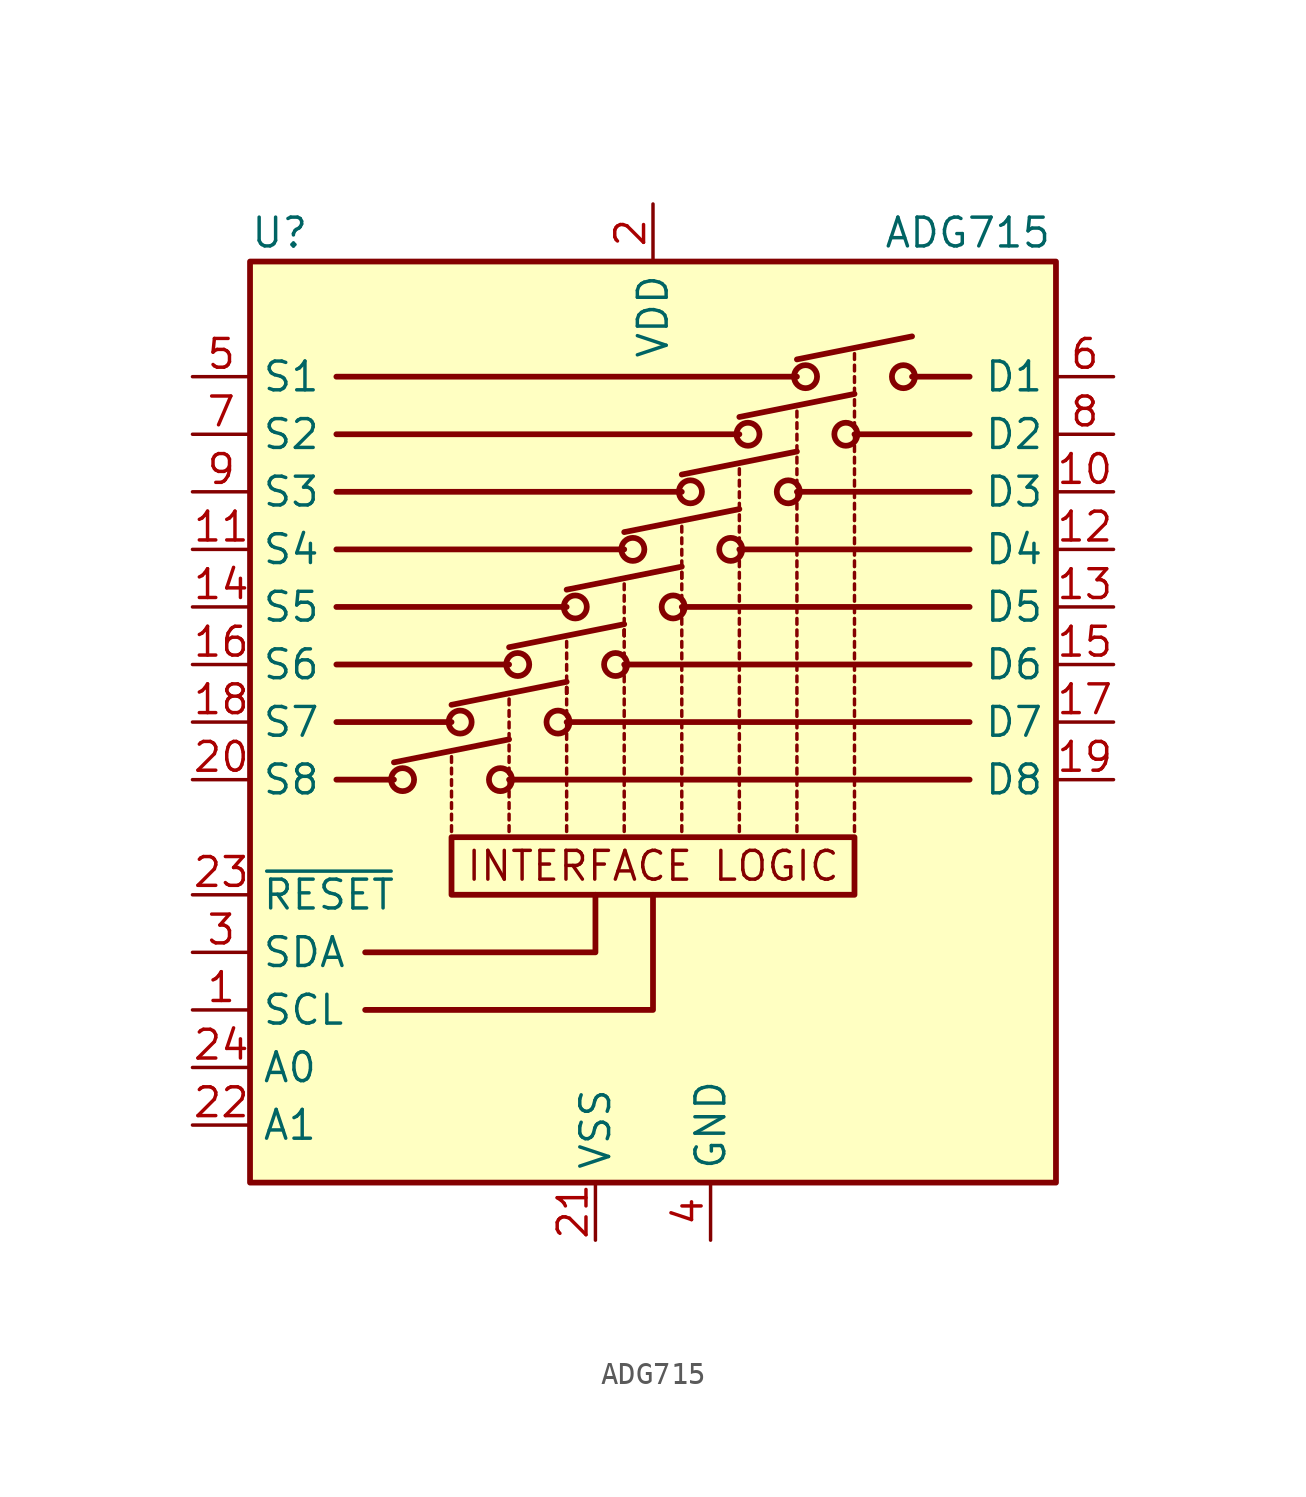
<source format=kicad_sym>
(kicad_symbol_lib
  (version 20201005)
  (generator kicad_symbol_editor)
  (symbol "Analog_Switch:ADG715"
    (property "Reference" "U"
      (at -17.78 24.13 0)
      (effects (font (size 1.27 1.27)) (justify left)))
    (property "Value" "ADG715"
      (at 10.16 24.13 0)
      (effects (font (size 1.27 1.27)) (justify left)))
    (symbol "ADG715_0_0"
      (text "INTERFACE LOGIC" (at 0 -3.81 0) (effects (font (size 1.27 1.27))))
      (polyline (pts (xy -12.7 -7.62) (xy -2.54 -7.62) (xy -2.54 -5.08)) (stroke (width 0.254)) (fill (type none)))
      (polyline (pts (xy -12.7 -10.16) (xy 0 -10.16) (xy 0 -7.62) (xy 0 -5.08)) (stroke (width 0.254)) (fill (type none))))
    (symbol "ADG715_0_1"
      (rectangle (start -8.89 -2.54) (end 8.89 -5.08) (stroke (width 0.254)) (fill (type none)))
      (rectangle (start -17.78 -17.78) (end 17.78 22.86) (stroke (width 0.254)) (fill (type background)))
      (polyline (pts (xy -11.43 0) (xy -13.97 0)) (stroke (width 0.254)) (fill (type none)))
      (polyline (pts (xy -8.89 2.54) (xy -13.97 2.54)) (stroke (width 0.254)) (fill (type none)))
      (polyline (pts (xy -6.35 0) (xy 13.97 0)) (stroke (width 0.254)) (fill (type none)))
      (polyline (pts (xy -6.35 5.08) (xy -13.97 5.08)) (stroke (width 0.254)) (fill (type none)))
      (polyline (pts (xy -3.81 2.54) (xy 13.97 2.54)) (stroke (width 0.254)) (fill (type none)))
      (polyline (pts (xy -3.81 7.62) (xy -13.97 7.62)) (stroke (width 0.254)) (fill (type none)))
      (polyline (pts (xy -1.27 5.08) (xy 13.97 5.08)) (stroke (width 0.254)) (fill (type none)))
      (polyline (pts (xy -1.27 10.16) (xy -13.97 10.16)) (stroke (width 0.254)) (fill (type none)))
      (polyline (pts (xy 1.27 7.62) (xy 13.97 7.62)) (stroke (width 0.254)) (fill (type none)))
      (polyline (pts (xy 1.27 12.7) (xy -13.97 12.7)) (stroke (width 0.254)) (fill (type none)))
      (polyline (pts (xy 3.81 10.16) (xy 13.97 10.16)) (stroke (width 0.254)) (fill (type none)))
      (polyline (pts (xy 3.81 15.24) (xy -13.97 15.24)) (stroke (width 0.254)) (fill (type none)))
      (polyline (pts (xy 6.35 12.7) (xy 13.97 12.7)) (stroke (width 0.254)) (fill (type none)))
      (polyline (pts (xy 6.35 17.78) (xy -13.97 17.78)) (stroke (width 0.254)) (fill (type none)))
      (polyline (pts (xy 8.89 15.24) (xy 13.97 15.24)) (stroke (width 0.254)) (fill (type none)))
      (polyline (pts (xy 11.43 17.78) (xy 13.97 17.78)) (stroke (width 0.254)) (fill (type none))))
    (symbol "ADG715_1_1"
      (circle (center -11.049 0) (radius 0.508) (stroke (width 0.254)) (fill (type none)))
      (circle (center -8.509 2.54) (radius 0.508) (stroke (width 0.254)) (fill (type none)))
      (circle (center -6.731 0) (radius 0.508) (stroke (width 0.254)) (fill (type none)))
      (circle (center -5.969 5.08) (radius 0.508) (stroke (width 0.254)) (fill (type none)))
      (circle (center -4.191 2.54) (radius 0.508) (stroke (width 0.254)) (fill (type none)))
      (circle (center -3.429 7.62) (radius 0.508) (stroke (width 0.254)) (fill (type none)))
      (circle (center -1.651 5.08) (radius 0.508) (stroke (width 0.254)) (fill (type none)))
      (circle (center -0.889 10.16) (radius 0.508) (stroke (width 0.254)) (fill (type none)))
      (circle (center 0.889 7.62) (radius 0.508) (stroke (width 0.254)) (fill (type none)))
      (circle (center 1.651 12.7) (radius 0.508) (stroke (width 0.254)) (fill (type none)))
      (circle (center 3.429 10.16) (radius 0.508) (stroke (width 0.254)) (fill (type none)))
      (circle (center 4.191 15.24) (radius 0.508) (stroke (width 0.254)) (fill (type none)))
      (circle (center 5.969 12.7) (radius 0.508) (stroke (width 0.254)) (fill (type none)))
      (circle (center 6.731 17.78) (radius 0.508) (stroke (width 0.254)) (fill (type none)))
      (circle (center 8.509 15.24) (radius 0.508) (stroke (width 0.254)) (fill (type none)))
      (circle (center 11.049 17.78) (radius 0.508) (stroke (width 0.254)) (fill (type none)))
      (polyline (pts (xy -11.43 0.762) (xy -6.35 1.778)) (stroke (width 0.254)) (fill (type none)))
      (polyline (pts (xy -8.89 -2.286) (xy -8.89 -2.032)) (stroke (width 0)) (fill (type none)))
      (polyline (pts (xy -8.89 -1.778) (xy -8.89 -1.524)) (stroke (width 0)) (fill (type none)))
      (polyline (pts (xy -8.89 -1.27) (xy -8.89 -1.016)) (stroke (width 0)) (fill (type none)))
      (polyline (pts (xy -8.89 -0.762) (xy -8.89 -0.508)) (stroke (width 0)) (fill (type none)))
      (polyline (pts (xy -8.89 -0.254) (xy -8.89 0)) (stroke (width 0)) (fill (type none)))
      (polyline (pts (xy -8.89 0.254) (xy -8.89 0.508)) (stroke (width 0)) (fill (type none)))
      (polyline (pts (xy -8.89 0.762) (xy -8.89 1.016)) (stroke (width 0)) (fill (type none)))
      (polyline (pts (xy -8.89 3.302) (xy -3.81 4.318)) (stroke (width 0.254)) (fill (type none)))
      (polyline (pts (xy -6.35 -2.286) (xy -6.35 -2.032)) (stroke (width 0)) (fill (type none)))
      (polyline (pts (xy -6.35 -1.778) (xy -6.35 -1.524)) (stroke (width 0)) (fill (type none)))
      (polyline (pts (xy -6.35 -1.27) (xy -6.35 -1.016)) (stroke (width 0)) (fill (type none)))
      (polyline (pts (xy -6.35 -0.762) (xy -6.35 -0.508)) (stroke (width 0)) (fill (type none)))
      (polyline (pts (xy -6.35 -0.254) (xy -6.35 0)) (stroke (width 0)) (fill (type none)))
      (polyline (pts (xy -6.35 0.254) (xy -6.35 0.508)) (stroke (width 0)) (fill (type none)))
      (polyline (pts (xy -6.35 0.762) (xy -6.35 1.016)) (stroke (width 0)) (fill (type none)))
      (polyline (pts (xy -6.35 1.27) (xy -6.35 1.524)) (stroke (width 0)) (fill (type none)))
      (polyline (pts (xy -6.35 1.778) (xy -6.35 2.032)) (stroke (width 0)) (fill (type none)))
      (polyline (pts (xy -6.35 2.286) (xy -6.35 2.54)) (stroke (width 0)) (fill (type none)))
      (polyline (pts (xy -6.35 2.794) (xy -6.35 3.048)) (stroke (width 0)) (fill (type none)))
      (polyline (pts (xy -6.35 3.302) (xy -6.35 3.556)) (stroke (width 0)) (fill (type none)))
      (polyline (pts (xy -6.35 5.842) (xy -1.27 6.858)) (stroke (width 0.254)) (fill (type none)))
      (polyline (pts (xy -3.81 -2.286) (xy -3.81 -2.032)) (stroke (width 0)) (fill (type none)))
      (polyline (pts (xy -3.81 -1.778) (xy -3.81 -1.524)) (stroke (width 0)) (fill (type none)))
      (polyline (pts (xy -3.81 -1.27) (xy -3.81 -1.016)) (stroke (width 0)) (fill (type none)))
      (polyline (pts (xy -3.81 -0.762) (xy -3.81 -0.508)) (stroke (width 0)) (fill (type none)))
      (polyline (pts (xy -3.81 -0.254) (xy -3.81 0)) (stroke (width 0)) (fill (type none)))
      (polyline (pts (xy -3.81 0.254) (xy -3.81 0.508)) (stroke (width 0)) (fill (type none)))
      (polyline (pts (xy -3.81 0.762) (xy -3.81 1.016)) (stroke (width 0)) (fill (type none)))
      (polyline (pts (xy -3.81 1.27) (xy -3.81 1.524)) (stroke (width 0)) (fill (type none)))
      (polyline (pts (xy -3.81 1.778) (xy -3.81 2.032)) (stroke (width 0)) (fill (type none)))
      (polyline (pts (xy -3.81 2.286) (xy -3.81 2.54)) (stroke (width 0)) (fill (type none)))
      (polyline (pts (xy -3.81 2.794) (xy -3.81 3.048)) (stroke (width 0)) (fill (type none)))
      (polyline (pts (xy -3.81 3.302) (xy -3.81 3.556)) (stroke (width 0)) (fill (type none)))
      (polyline (pts (xy -3.81 3.81) (xy -3.81 4.064)) (stroke (width 0)) (fill (type none)))
      (polyline (pts (xy -3.81 3.81) (xy -3.81 4.064)) (stroke (width 0)) (fill (type none)))
      (polyline (pts (xy -3.81 3.81) (xy -3.81 4.064)) (stroke (width 0)) (fill (type none)))
      (polyline (pts (xy -3.81 3.81) (xy -3.81 4.064)) (stroke (width 0)) (fill (type none)))
      (polyline (pts (xy -3.81 4.318) (xy -3.81 4.572)) (stroke (width 0)) (fill (type none)))
      (polyline (pts (xy -3.81 4.826) (xy -3.81 5.08)) (stroke (width 0)) (fill (type none)))
      (polyline (pts (xy -3.81 5.334) (xy -3.81 5.588)) (stroke (width 0)) (fill (type none)))
      (polyline (pts (xy -3.81 5.842) (xy -3.81 6.096)) (stroke (width 0)) (fill (type none)))
      (polyline (pts (xy -3.81 8.382) (xy 1.27 9.398)) (stroke (width 0.254)) (fill (type none)))
      (polyline (pts (xy -1.27 -2.286) (xy -1.27 -2.032)) (stroke (width 0)) (fill (type none)))
      (polyline (pts (xy -1.27 -1.778) (xy -1.27 -1.524)) (stroke (width 0)) (fill (type none)))
      (polyline (pts (xy -1.27 -1.27) (xy -1.27 -1.016)) (stroke (width 0)) (fill (type none)))
      (polyline (pts (xy -1.27 -0.762) (xy -1.27 -0.508)) (stroke (width 0)) (fill (type none)))
      (polyline (pts (xy -1.27 -0.254) (xy -1.27 0)) (stroke (width 0)) (fill (type none)))
      (polyline (pts (xy -1.27 0.254) (xy -1.27 0.508)) (stroke (width 0)) (fill (type none)))
      (polyline (pts (xy -1.27 0.762) (xy -1.27 1.016)) (stroke (width 0)) (fill (type none)))
      (polyline (pts (xy -1.27 1.27) (xy -1.27 1.524)) (stroke (width 0)) (fill (type none)))
      (polyline (pts (xy -1.27 1.778) (xy -1.27 2.032)) (stroke (width 0)) (fill (type none)))
      (polyline (pts (xy -1.27 2.286) (xy -1.27 2.54)) (stroke (width 0)) (fill (type none)))
      (polyline (pts (xy -1.27 2.794) (xy -1.27 3.048)) (stroke (width 0)) (fill (type none)))
      (polyline (pts (xy -1.27 3.302) (xy -1.27 3.556)) (stroke (width 0)) (fill (type none)))
      (polyline (pts (xy -1.27 3.81) (xy -1.27 4.064)) (stroke (width 0)) (fill (type none)))
      (polyline (pts (xy -1.27 4.318) (xy -1.27 4.572)) (stroke (width 0)) (fill (type none)))
      (polyline (pts (xy -1.27 4.826) (xy -1.27 5.08)) (stroke (width 0)) (fill (type none)))
      (polyline (pts (xy -1.27 5.334) (xy -1.27 5.588)) (stroke (width 0)) (fill (type none)))
      (polyline (pts (xy -1.27 5.842) (xy -1.27 6.096)) (stroke (width 0)) (fill (type none)))
      (polyline (pts (xy -1.27 6.35) (xy -1.27 6.604)) (stroke (width 0)) (fill (type none)))
      (polyline (pts (xy -1.27 6.35) (xy -1.27 6.604)) (stroke (width 0)) (fill (type none)))
      (polyline (pts (xy -1.27 6.35) (xy -1.27 6.604)) (stroke (width 0)) (fill (type none)))
      (polyline (pts (xy -1.27 6.858) (xy -1.27 7.112)) (stroke (width 0)) (fill (type none)))
      (polyline (pts (xy -1.27 7.366) (xy -1.27 7.62)) (stroke (width 0)) (fill (type none)))
      (polyline (pts (xy -1.27 7.874) (xy -1.27 8.128)) (stroke (width 0)) (fill (type none)))
      (polyline (pts (xy -1.27 8.382) (xy -1.27 8.636)) (stroke (width 0)) (fill (type none)))
      (polyline (pts (xy -1.27 10.922) (xy 3.81 11.938)) (stroke (width 0.254)) (fill (type none)))
      (polyline (pts (xy 1.27 -2.286) (xy 1.27 -2.032)) (stroke (width 0)) (fill (type none)))
      (polyline (pts (xy 1.27 -1.778) (xy 1.27 -1.524)) (stroke (width 0)) (fill (type none)))
      (polyline (pts (xy 1.27 -1.27) (xy 1.27 -1.016)) (stroke (width 0)) (fill (type none)))
      (polyline (pts (xy 1.27 -0.762) (xy 1.27 -0.508)) (stroke (width 0)) (fill (type none)))
      (polyline (pts (xy 1.27 -0.254) (xy 1.27 0)) (stroke (width 0)) (fill (type none)))
      (polyline (pts (xy 1.27 0.254) (xy 1.27 0.508)) (stroke (width 0)) (fill (type none)))
      (polyline (pts (xy 1.27 0.762) (xy 1.27 1.016)) (stroke (width 0)) (fill (type none)))
      (polyline (pts (xy 1.27 1.27) (xy 1.27 1.524)) (stroke (width 0)) (fill (type none)))
      (polyline (pts (xy 1.27 1.778) (xy 1.27 2.032)) (stroke (width 0)) (fill (type none)))
      (polyline (pts (xy 1.27 2.286) (xy 1.27 2.54)) (stroke (width 0)) (fill (type none)))
      (polyline (pts (xy 1.27 2.794) (xy 1.27 3.048)) (stroke (width 0)) (fill (type none)))
      (polyline (pts (xy 1.27 3.302) (xy 1.27 3.556)) (stroke (width 0)) (fill (type none)))
      (polyline (pts (xy 1.27 3.81) (xy 1.27 4.064)) (stroke (width 0)) (fill (type none)))
      (polyline (pts (xy 1.27 4.318) (xy 1.27 4.572)) (stroke (width 0)) (fill (type none)))
      (polyline (pts (xy 1.27 4.826) (xy 1.27 5.08)) (stroke (width 0)) (fill (type none)))
      (polyline (pts (xy 1.27 5.334) (xy 1.27 5.588)) (stroke (width 0)) (fill (type none)))
      (polyline (pts (xy 1.27 5.842) (xy 1.27 6.096)) (stroke (width 0)) (fill (type none)))
      (polyline (pts (xy 1.27 6.35) (xy 1.27 6.604)) (stroke (width 0)) (fill (type none)))
      (polyline (pts (xy 1.27 6.858) (xy 1.27 7.112)) (stroke (width 0)) (fill (type none)))
      (polyline (pts (xy 1.27 7.366) (xy 1.27 7.62)) (stroke (width 0)) (fill (type none)))
      (polyline (pts (xy 1.27 7.874) (xy 1.27 8.128)) (stroke (width 0)) (fill (type none)))
      (polyline (pts (xy 1.27 8.382) (xy 1.27 8.636)) (stroke (width 0)) (fill (type none)))
      (polyline (pts (xy 1.27 8.89) (xy 1.27 9.144)) (stroke (width 0)) (fill (type none)))
      (polyline (pts (xy 1.27 8.89) (xy 1.27 9.144)) (stroke (width 0)) (fill (type none)))
      (polyline (pts (xy 1.27 9.398) (xy 1.27 9.652)) (stroke (width 0)) (fill (type none)))
      (polyline (pts (xy 1.27 9.906) (xy 1.27 10.16)) (stroke (width 0)) (fill (type none)))
      (polyline (pts (xy 1.27 10.414) (xy 1.27 10.668)) (stroke (width 0)) (fill (type none)))
      (polyline (pts (xy 1.27 10.922) (xy 1.27 11.176)) (stroke (width 0)) (fill (type none)))
      (polyline (pts (xy 1.27 13.462) (xy 6.35 14.478)) (stroke (width 0.254)) (fill (type none)))
      (polyline (pts (xy 3.81 -2.286) (xy 3.81 -2.032)) (stroke (width 0)) (fill (type none)))
      (polyline (pts (xy 3.81 -1.778) (xy 3.81 -1.524)) (stroke (width 0)) (fill (type none)))
      (polyline (pts (xy 3.81 -1.27) (xy 3.81 -1.016)) (stroke (width 0)) (fill (type none)))
      (polyline (pts (xy 3.81 -0.762) (xy 3.81 -0.508)) (stroke (width 0)) (fill (type none)))
      (polyline (pts (xy 3.81 -0.254) (xy 3.81 0)) (stroke (width 0)) (fill (type none)))
      (polyline (pts (xy 3.81 0.254) (xy 3.81 0.508)) (stroke (width 0)) (fill (type none)))
      (polyline (pts (xy 3.81 0.762) (xy 3.81 1.016)) (stroke (width 0)) (fill (type none)))
      (polyline (pts (xy 3.81 1.27) (xy 3.81 1.524)) (stroke (width 0)) (fill (type none)))
      (polyline (pts (xy 3.81 1.778) (xy 3.81 2.032)) (stroke (width 0)) (fill (type none)))
      (polyline (pts (xy 3.81 2.286) (xy 3.81 2.54)) (stroke (width 0)) (fill (type none)))
      (polyline (pts (xy 3.81 2.794) (xy 3.81 3.048)) (stroke (width 0)) (fill (type none)))
      (polyline (pts (xy 3.81 3.302) (xy 3.81 3.556)) (stroke (width 0)) (fill (type none)))
      (polyline (pts (xy 3.81 3.81) (xy 3.81 4.064)) (stroke (width 0)) (fill (type none)))
      (polyline (pts (xy 3.81 4.318) (xy 3.81 4.572)) (stroke (width 0)) (fill (type none)))
      (polyline (pts (xy 3.81 4.826) (xy 3.81 5.08)) (stroke (width 0)) (fill (type none)))
      (polyline (pts (xy 3.81 5.334) (xy 3.81 5.588)) (stroke (width 0)) (fill (type none)))
      (polyline (pts (xy 3.81 5.842) (xy 3.81 6.096)) (stroke (width 0)) (fill (type none)))
      (polyline (pts (xy 3.81 6.35) (xy 3.81 6.604)) (stroke (width 0)) (fill (type none)))
      (polyline (pts (xy 3.81 6.858) (xy 3.81 7.112)) (stroke (width 0)) (fill (type none)))
      (polyline (pts (xy 3.81 7.366) (xy 3.81 7.62)) (stroke (width 0)) (fill (type none)))
      (polyline (pts (xy 3.81 7.874) (xy 3.81 8.128)) (stroke (width 0)) (fill (type none)))
      (polyline (pts (xy 3.81 8.382) (xy 3.81 8.636)) (stroke (width 0)) (fill (type none)))
      (polyline (pts (xy 3.81 8.89) (xy 3.81 9.144)) (stroke (width 0)) (fill (type none)))
      (polyline (pts (xy 3.81 9.398) (xy 3.81 9.652)) (stroke (width 0)) (fill (type none)))
      (polyline (pts (xy 3.81 9.906) (xy 3.81 10.16)) (stroke (width 0)) (fill (type none)))
      (polyline (pts (xy 3.81 10.414) (xy 3.81 10.668)) (stroke (width 0)) (fill (type none)))
      (polyline (pts (xy 3.81 10.922) (xy 3.81 11.176)) (stroke (width 0)) (fill (type none)))
      (polyline (pts (xy 3.81 11.43) (xy 3.81 11.684)) (stroke (width 0)) (fill (type none)))
      (polyline (pts (xy 3.81 11.938) (xy 3.81 12.192)) (stroke (width 0)) (fill (type none)))
      (polyline (pts (xy 3.81 12.446) (xy 3.81 12.7)) (stroke (width 0)) (fill (type none)))
      (polyline (pts (xy 3.81 12.954) (xy 3.81 13.208)) (stroke (width 0)) (fill (type none)))
      (polyline (pts (xy 3.81 13.462) (xy 3.81 13.716)) (stroke (width 0)) (fill (type none)))
      (polyline (pts (xy 3.81 16.002) (xy 8.89 17.018)) (stroke (width 0.254)) (fill (type none)))
      (polyline (pts (xy 6.35 -2.286) (xy 6.35 -2.032)) (stroke (width 0)) (fill (type none)))
      (polyline (pts (xy 6.35 -1.778) (xy 6.35 -1.524)) (stroke (width 0)) (fill (type none)))
      (polyline (pts (xy 6.35 -1.27) (xy 6.35 -1.016)) (stroke (width 0)) (fill (type none)))
      (polyline (pts (xy 6.35 -0.762) (xy 6.35 -0.508)) (stroke (width 0)) (fill (type none)))
      (polyline (pts (xy 6.35 -0.254) (xy 6.35 0)) (stroke (width 0)) (fill (type none)))
      (polyline (pts (xy 6.35 0.254) (xy 6.35 0.508)) (stroke (width 0)) (fill (type none)))
      (polyline (pts (xy 6.35 0.762) (xy 6.35 1.016)) (stroke (width 0)) (fill (type none)))
      (polyline (pts (xy 6.35 1.27) (xy 6.35 1.524)) (stroke (width 0)) (fill (type none)))
      (polyline (pts (xy 6.35 1.778) (xy 6.35 2.032)) (stroke (width 0)) (fill (type none)))
      (polyline (pts (xy 6.35 2.286) (xy 6.35 2.54)) (stroke (width 0)) (fill (type none)))
      (polyline (pts (xy 6.35 2.794) (xy 6.35 3.048)) (stroke (width 0)) (fill (type none)))
      (polyline (pts (xy 6.35 3.302) (xy 6.35 3.556)) (stroke (width 0)) (fill (type none)))
      (polyline (pts (xy 6.35 3.81) (xy 6.35 4.064)) (stroke (width 0)) (fill (type none)))
      (polyline (pts (xy 6.35 4.318) (xy 6.35 4.572)) (stroke (width 0)) (fill (type none)))
      (polyline (pts (xy 6.35 4.826) (xy 6.35 5.08)) (stroke (width 0)) (fill (type none)))
      (polyline (pts (xy 6.35 5.334) (xy 6.35 5.588)) (stroke (width 0)) (fill (type none)))
      (polyline (pts (xy 6.35 5.842) (xy 6.35 6.096)) (stroke (width 0)) (fill (type none)))
      (polyline (pts (xy 6.35 6.35) (xy 6.35 6.604)) (stroke (width 0)) (fill (type none)))
      (polyline (pts (xy 6.35 6.858) (xy 6.35 7.112)) (stroke (width 0)) (fill (type none)))
      (polyline (pts (xy 6.35 7.366) (xy 6.35 7.62)) (stroke (width 0)) (fill (type none)))
      (polyline (pts (xy 6.35 7.874) (xy 6.35 8.128)) (stroke (width 0)) (fill (type none)))
      (polyline (pts (xy 6.35 8.382) (xy 6.35 8.636)) (stroke (width 0)) (fill (type none)))
      (polyline (pts (xy 6.35 8.89) (xy 6.35 9.144)) (stroke (width 0)) (fill (type none)))
      (polyline (pts (xy 6.35 9.398) (xy 6.35 9.652)) (stroke (width 0)) (fill (type none)))
      (polyline (pts (xy 6.35 9.906) (xy 6.35 10.16)) (stroke (width 0)) (fill (type none)))
      (polyline (pts (xy 6.35 10.414) (xy 6.35 10.668)) (stroke (width 0)) (fill (type none)))
      (polyline (pts (xy 6.35 10.922) (xy 6.35 11.176)) (stroke (width 0)) (fill (type none)))
      (polyline (pts (xy 6.35 11.43) (xy 6.35 11.684)) (stroke (width 0)) (fill (type none)))
      (polyline (pts (xy 6.35 11.938) (xy 6.35 12.192)) (stroke (width 0)) (fill (type none)))
      (polyline (pts (xy 6.35 12.446) (xy 6.35 12.7)) (stroke (width 0)) (fill (type none)))
      (polyline (pts (xy 6.35 12.954) (xy 6.35 13.208)) (stroke (width 0)) (fill (type none)))
      (polyline (pts (xy 6.35 13.462) (xy 6.35 13.716)) (stroke (width 0)) (fill (type none)))
      (polyline (pts (xy 6.35 13.97) (xy 6.35 14.224)) (stroke (width 0)) (fill (type none)))
      (polyline (pts (xy 6.35 14.478) (xy 6.35 14.732)) (stroke (width 0)) (fill (type none)))
      (polyline (pts (xy 6.35 14.986) (xy 6.35 15.24)) (stroke (width 0)) (fill (type none)))
      (polyline (pts (xy 6.35 15.494) (xy 6.35 15.748)) (stroke (width 0)) (fill (type none)))
      (polyline (pts (xy 6.35 16.002) (xy 6.35 16.256)) (stroke (width 0)) (fill (type none)))
      (polyline (pts (xy 6.35 18.542) (xy 11.43 19.558)) (stroke (width 0.254)) (fill (type none)))
      (polyline (pts (xy 8.89 -2.286) (xy 8.89 -2.032)) (stroke (width 0)) (fill (type none)))
      (polyline (pts (xy 8.89 -1.778) (xy 8.89 -1.524)) (stroke (width 0)) (fill (type none)))
      (polyline (pts (xy 8.89 -1.27) (xy 8.89 -1.016)) (stroke (width 0)) (fill (type none)))
      (polyline (pts (xy 8.89 -0.762) (xy 8.89 -0.508)) (stroke (width 0)) (fill (type none)))
      (polyline (pts (xy 8.89 -0.254) (xy 8.89 0)) (stroke (width 0)) (fill (type none)))
      (polyline (pts (xy 8.89 0.254) (xy 8.89 0.508)) (stroke (width 0)) (fill (type none)))
      (polyline (pts (xy 8.89 0.762) (xy 8.89 1.016)) (stroke (width 0)) (fill (type none)))
      (polyline (pts (xy 8.89 1.27) (xy 8.89 1.524)) (stroke (width 0)) (fill (type none)))
      (polyline (pts (xy 8.89 1.778) (xy 8.89 2.032)) (stroke (width 0)) (fill (type none)))
      (polyline (pts (xy 8.89 2.286) (xy 8.89 2.54)) (stroke (width 0)) (fill (type none)))
      (polyline (pts (xy 8.89 2.794) (xy 8.89 3.048)) (stroke (width 0)) (fill (type none)))
      (polyline (pts (xy 8.89 3.302) (xy 8.89 3.556)) (stroke (width 0)) (fill (type none)))
      (polyline (pts (xy 8.89 3.81) (xy 8.89 4.064)) (stroke (width 0)) (fill (type none)))
      (polyline (pts (xy 8.89 4.318) (xy 8.89 4.572)) (stroke (width 0)) (fill (type none)))
      (polyline (pts (xy 8.89 4.826) (xy 8.89 5.08)) (stroke (width 0)) (fill (type none)))
      (polyline (pts (xy 8.89 5.334) (xy 8.89 5.588)) (stroke (width 0)) (fill (type none)))
      (polyline (pts (xy 8.89 5.842) (xy 8.89 6.096)) (stroke (width 0)) (fill (type none)))
      (polyline (pts (xy 8.89 6.35) (xy 8.89 6.604)) (stroke (width 0)) (fill (type none)))
      (polyline (pts (xy 8.89 6.858) (xy 8.89 7.112)) (stroke (width 0)) (fill (type none)))
      (polyline (pts (xy 8.89 7.366) (xy 8.89 7.62)) (stroke (width 0)) (fill (type none)))
      (polyline (pts (xy 8.89 7.874) (xy 8.89 8.128)) (stroke (width 0)) (fill (type none)))
      (polyline (pts (xy 8.89 8.382) (xy 8.89 8.636)) (stroke (width 0)) (fill (type none)))
      (polyline (pts (xy 8.89 8.89) (xy 8.89 9.144)) (stroke (width 0)) (fill (type none)))
      (polyline (pts (xy 8.89 9.398) (xy 8.89 9.652)) (stroke (width 0)) (fill (type none)))
      (polyline (pts (xy 8.89 9.906) (xy 8.89 10.16)) (stroke (width 0)) (fill (type none)))
      (polyline (pts (xy 8.89 10.414) (xy 8.89 10.668)) (stroke (width 0)) (fill (type none)))
      (polyline (pts (xy 8.89 10.922) (xy 8.89 11.176)) (stroke (width 0)) (fill (type none)))
      (polyline (pts (xy 8.89 11.43) (xy 8.89 11.684)) (stroke (width 0)) (fill (type none)))
      (polyline (pts (xy 8.89 11.938) (xy 8.89 12.192)) (stroke (width 0)) (fill (type none)))
      (polyline (pts (xy 8.89 12.446) (xy 8.89 12.7)) (stroke (width 0)) (fill (type none)))
      (polyline (pts (xy 8.89 12.954) (xy 8.89 13.208)) (stroke (width 0)) (fill (type none)))
      (polyline (pts (xy 8.89 13.462) (xy 8.89 13.716)) (stroke (width 0)) (fill (type none)))
      (polyline (pts (xy 8.89 13.97) (xy 8.89 14.224)) (stroke (width 0)) (fill (type none)))
      (polyline (pts (xy 8.89 14.478) (xy 8.89 14.732)) (stroke (width 0)) (fill (type none)))
      (polyline (pts (xy 8.89 14.986) (xy 8.89 15.24)) (stroke (width 0)) (fill (type none)))
      (polyline (pts (xy 8.89 15.494) (xy 8.89 15.748)) (stroke (width 0)) (fill (type none)))
      (polyline (pts (xy 8.89 16.002) (xy 8.89 16.256)) (stroke (width 0)) (fill (type none)))
      (polyline (pts (xy 8.89 16.51) (xy 8.89 16.764)) (stroke (width 0)) (fill (type none)))
      (polyline (pts (xy 8.89 17.018) (xy 8.89 17.272)) (stroke (width 0)) (fill (type none)))
      (polyline (pts (xy 8.89 17.526) (xy 8.89 17.78)) (stroke (width 0)) (fill (type none)))
      (polyline (pts (xy 8.89 18.034) (xy 8.89 18.288)) (stroke (width 0)) (fill (type none)))
      (polyline (pts (xy 8.89 18.542) (xy 8.89 18.796)) (stroke (width 0)) (fill (type none)))
      (pin input line (at -20.32 -10.16 0) (length 2.54) (name "SCL" (effects (font (size 1.27 1.27)))) (number "1" (effects (font (size 1.27 1.27)))))
      (pin passive line (at 20.32 12.7 180) (length 2.54) (name "D3" (effects (font (size 1.27 1.27)))) (number "10" (effects (font (size 1.27 1.27)))))
      (pin passive line (at -20.32 10.16 0) (length 2.54) (name "S4" (effects (font (size 1.27 1.27)))) (number "11" (effects (font (size 1.27 1.27)))))
      (pin passive line (at 20.32 10.16 180) (length 2.54) (name "D4" (effects (font (size 1.27 1.27)))) (number "12" (effects (font (size 1.27 1.27)))))
      (pin passive line (at 20.32 7.62 180) (length 2.54) (name "D5" (effects (font (size 1.27 1.27)))) (number "13" (effects (font (size 1.27 1.27)))))
      (pin passive line (at -20.32 7.62 0) (length 2.54) (name "S5" (effects (font (size 1.27 1.27)))) (number "14" (effects (font (size 1.27 1.27)))))
      (pin passive line (at 20.32 5.08 180) (length 2.54) (name "D6" (effects (font (size 1.27 1.27)))) (number "15" (effects (font (size 1.27 1.27)))))
      (pin passive line (at -20.32 5.08 0) (length 2.54) (name "S6" (effects (font (size 1.27 1.27)))) (number "16" (effects (font (size 1.27 1.27)))))
      (pin passive line (at 20.32 2.54 180) (length 2.54) (name "D7" (effects (font (size 1.27 1.27)))) (number "17" (effects (font (size 1.27 1.27)))))
      (pin passive line (at -20.32 2.54 0) (length 2.54) (name "S7" (effects (font (size 1.27 1.27)))) (number "18" (effects (font (size 1.27 1.27)))))
      (pin passive line (at 20.32 0 180) (length 2.54) (name "D8" (effects (font (size 1.27 1.27)))) (number "19" (effects (font (size 1.27 1.27)))))
      (pin power_in line (at 0 25.4 270) (length 2.54) (name "VDD" (effects (font (size 1.27 1.27)))) (number "2" (effects (font (size 1.27 1.27)))))
      (pin passive line (at -20.32 0 0) (length 2.54) (name "S8" (effects (font (size 1.27 1.27)))) (number "20" (effects (font (size 1.27 1.27)))))
      (pin power_in line (at -2.54 -20.32 90) (length 2.54) (name "VSS" (effects (font (size 1.27 1.27)))) (number "21" (effects (font (size 1.27 1.27)))))
      (pin input line (at -20.32 -15.24 0) (length 2.54) (name "A1" (effects (font (size 1.27 1.27)))) (number "22" (effects (font (size 1.27 1.27)))))
      (pin input line (at -20.32 -5.08 0) (length 2.54) (name "~RESET" (effects (font (size 1.27 1.27)))) (number "23" (effects (font (size 1.27 1.27)))))
      (pin input line (at -20.32 -12.7 0) (length 2.54) (name "A0" (effects (font (size 1.27 1.27)))) (number "24" (effects (font (size 1.27 1.27)))))
      (pin bidirectional line (at -20.32 -7.62 0) (length 2.54) (name "SDA" (effects (font (size 1.27 1.27)))) (number "3" (effects (font (size 1.27 1.27)))))
      (pin power_in line (at 2.54 -20.32 90) (length 2.54) (name "GND" (effects (font (size 1.27 1.27)))) (number "4" (effects (font (size 1.27 1.27)))))
      (pin passive line (at -20.32 17.78 0) (length 2.54) (name "S1" (effects (font (size 1.27 1.27)))) (number "5" (effects (font (size 1.27 1.27)))))
      (pin passive line (at 20.32 17.78 180) (length 2.54) (name "D1" (effects (font (size 1.27 1.27)))) (number "6" (effects (font (size 1.27 1.27)))))
      (pin passive line (at -20.32 15.24 0) (length 2.54) (name "S2" (effects (font (size 1.27 1.27)))) (number "7" (effects (font (size 1.27 1.27)))))
      (pin passive line (at 20.32 15.24 180) (length 2.54) (name "D2" (effects (font (size 1.27 1.27)))) (number "8" (effects (font (size 1.27 1.27)))))
      (pin passive line (at -20.32 12.7 0) (length 2.54) (name "S3" (effects (font (size 1.27 1.27)))) (number "9" (effects (font (size 1.27 1.27))))))))
</source>
